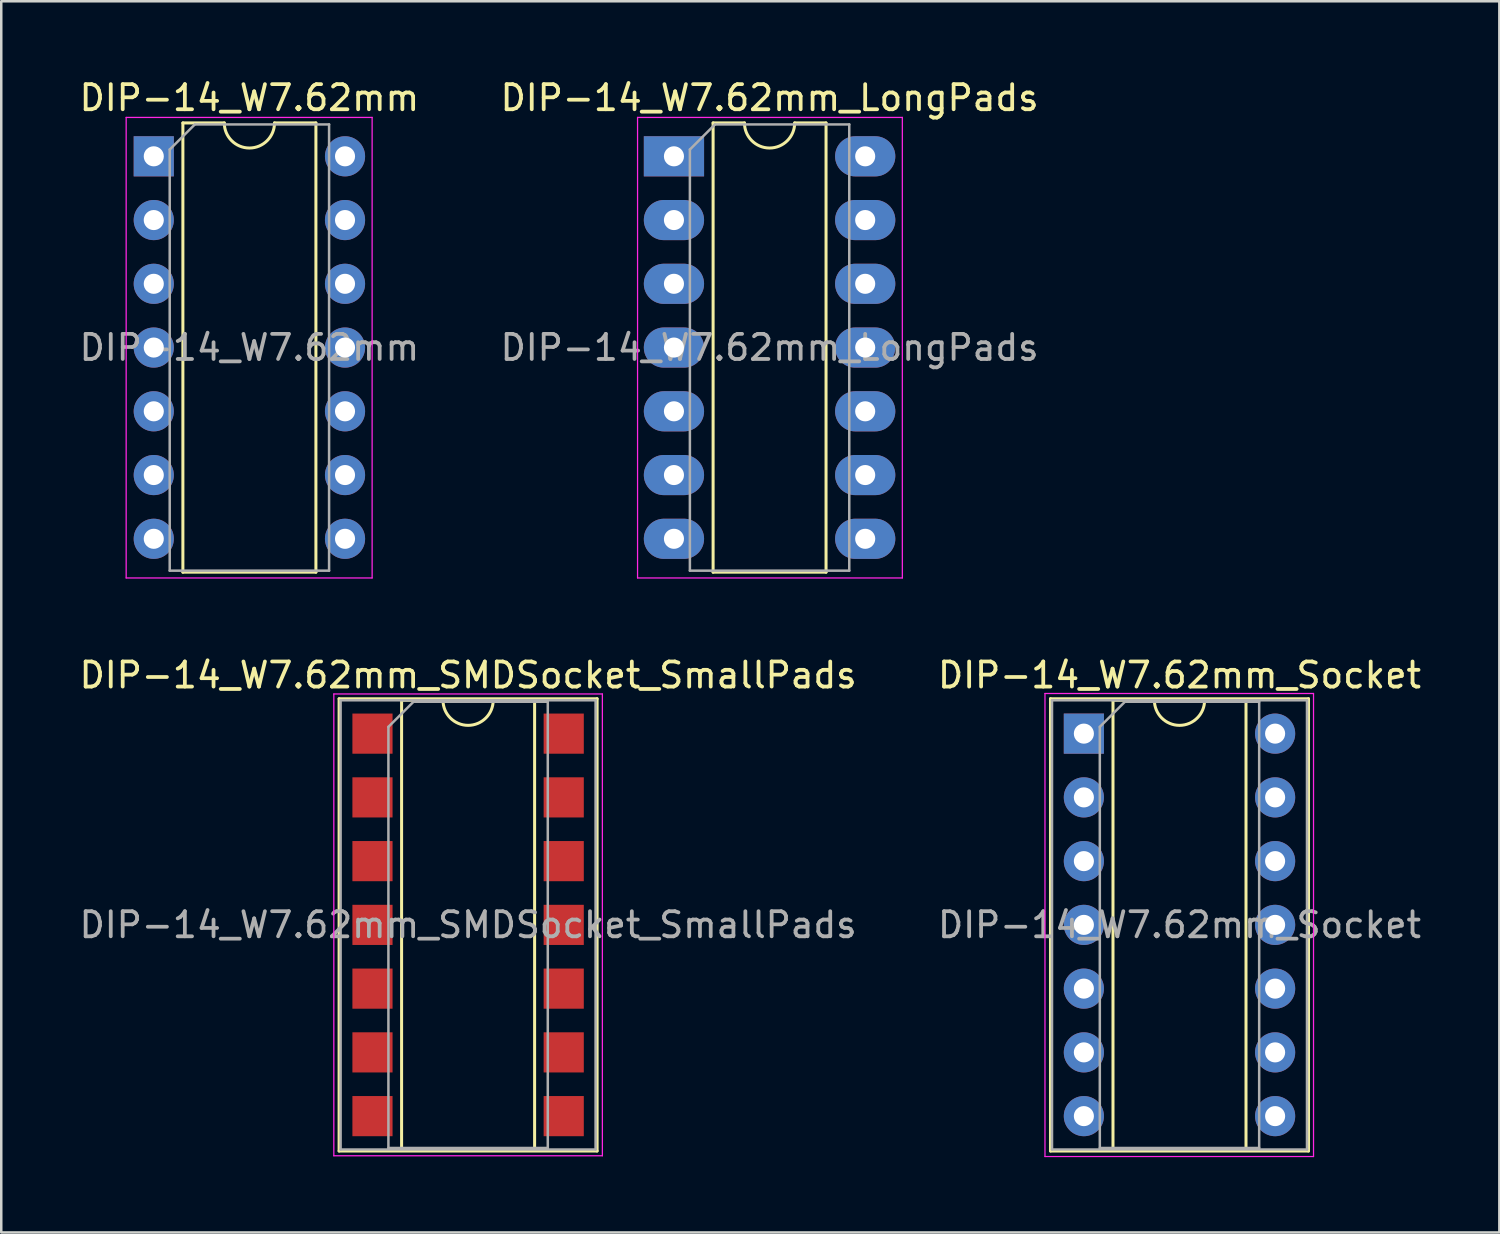
<source format=kicad_pcb>
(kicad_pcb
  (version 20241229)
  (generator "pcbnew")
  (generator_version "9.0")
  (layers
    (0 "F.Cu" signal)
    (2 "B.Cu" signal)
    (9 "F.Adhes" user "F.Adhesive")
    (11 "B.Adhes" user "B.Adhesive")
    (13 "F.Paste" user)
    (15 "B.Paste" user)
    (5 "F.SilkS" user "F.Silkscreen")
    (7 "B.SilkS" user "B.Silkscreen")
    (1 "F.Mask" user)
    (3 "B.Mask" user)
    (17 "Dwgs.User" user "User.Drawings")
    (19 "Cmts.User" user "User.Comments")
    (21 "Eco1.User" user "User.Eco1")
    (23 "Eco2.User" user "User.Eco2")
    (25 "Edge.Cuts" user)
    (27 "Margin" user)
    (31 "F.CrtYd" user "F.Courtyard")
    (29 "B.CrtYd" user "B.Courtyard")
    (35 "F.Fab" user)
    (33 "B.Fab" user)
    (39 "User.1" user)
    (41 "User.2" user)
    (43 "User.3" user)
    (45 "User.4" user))
  (footprint "DIP-14_W7.62mm"
    (layer "F.Cu")
    (at 3.077 3.178)
    (property "Reference" "DIP-14_W7.62mm" (at 3.81 -2.33 0) (layer "F.SilkS") (effects (font (size 1 1) (thickness 0.15))))
    (attr through_hole)
    (fp_line (start 1.16 -1.33) (end 1.16 16.57) (stroke (width 0.12) (type solid)) (layer "F.SilkS"))
    (fp_line (start 1.16 16.57) (end 6.46 16.57) (stroke (width 0.12) (type solid)) (layer "F.SilkS"))
    (fp_line (start 2.81 -1.33) (end 1.16 -1.33) (stroke (width 0.12) (type solid)) (layer "F.SilkS"))
    (fp_line (start 6.46 -1.33) (end 4.81 -1.33) (stroke (width 0.12) (type solid)) (layer "F.SilkS"))
    (fp_line (start 6.46 16.57) (end 6.46 -1.33) (stroke (width 0.12) (type solid)) (layer "F.SilkS"))
    (fp_arc (start 4.81 -1.33) (mid 3.81 -0.33) (end 2.81 -1.33) (stroke (width 0.12) (type solid)) (layer "F.SilkS"))
    (fp_line (start -1.1 -1.55) (end -1.1 16.8) (stroke (width 0.05) (type solid)) (layer "F.CrtYd"))
    (fp_line (start -1.1 16.8) (end 8.7 16.8) (stroke (width 0.05) (type solid)) (layer "F.CrtYd"))
    (fp_line (start 8.7 -1.55) (end -1.1 -1.55) (stroke (width 0.05) (type solid)) (layer "F.CrtYd"))
    (fp_line (start 8.7 16.8) (end 8.7 -1.55) (stroke (width 0.05) (type solid)) (layer "F.CrtYd"))
    (fp_line (start 0.635 -0.27) (end 1.635 -1.27) (stroke (width 0.1) (type solid)) (layer "F.Fab"))
    (fp_line (start 0.635 16.51) (end 0.635 -0.27) (stroke (width 0.1) (type solid)) (layer "F.Fab"))
    (fp_line (start 1.635 -1.27) (end 6.985 -1.27) (stroke (width 0.1) (type solid)) (layer "F.Fab"))
    (fp_line (start 6.985 -1.27) (end 6.985 16.51) (stroke (width 0.1) (type solid)) (layer "F.Fab"))
    (fp_line (start 6.985 16.51) (end 0.635 16.51) (stroke (width 0.1) (type solid)) (layer "F.Fab"))
    (fp_text user "${REFERENCE}" (at 3.81 7.62 0) (layer "F.Fab") (effects (font (size 1 1) (thickness 0.15))))
    (pad "1" thru_hole rect (at 0 0) (size 1.6 1.6) (drill 0.8) (layers "*.Cu" "*.Mask"))
    (pad "2" thru_hole oval (at 0 2.54) (size 1.6 1.6) (drill 0.8) (layers "*.Cu" "*.Mask"))
    (pad "3" thru_hole oval (at 0 5.08) (size 1.6 1.6) (drill 0.8) (layers "*.Cu" "*.Mask"))
    (pad "4" thru_hole oval (at 0 7.62) (size 1.6 1.6) (drill 0.8) (layers "*.Cu" "*.Mask"))
    (pad "5" thru_hole oval (at 0 10.16) (size 1.6 1.6) (drill 0.8) (layers "*.Cu" "*.Mask"))
    (pad "6" thru_hole oval (at 0 12.7) (size 1.6 1.6) (drill 0.8) (layers "*.Cu" "*.Mask"))
    (pad "7" thru_hole oval (at 0 15.24) (size 1.6 1.6) (drill 0.8) (layers "*.Cu" "*.Mask"))
    (pad "8" thru_hole oval (at 7.62 15.24) (size 1.6 1.6) (drill 0.8) (layers "*.Cu" "*.Mask"))
    (pad "9" thru_hole oval (at 7.62 12.7) (size 1.6 1.6) (drill 0.8) (layers "*.Cu" "*.Mask"))
    (pad "10" thru_hole oval (at 7.62 10.16) (size 1.6 1.6) (drill 0.8) (layers "*.Cu" "*.Mask"))
    (pad "11" thru_hole oval (at 7.62 7.62) (size 1.6 1.6) (drill 0.8) (layers "*.Cu" "*.Mask"))
    (pad "12" thru_hole oval (at 7.62 5.08) (size 1.6 1.6) (drill 0.8) (layers "*.Cu" "*.Mask"))
    (pad "13" thru_hole oval (at 7.62 2.54) (size 1.6 1.6) (drill 0.8) (layers "*.Cu" "*.Mask"))
    (pad "14" thru_hole oval (at 7.62 0) (size 1.6 1.6) (drill 0.8) (layers "*.Cu" "*.Mask")))
  (footprint "DIP-14_W7.62mm_SMDSocket_SmallPads"
    (layer "F.Cu")
    (at 15.601 33.801)
    (property "Reference" "DIP-14_W7.62mm_SMDSocket_SmallPads" (at 0 -9.95 0) (layer "F.SilkS") (effects (font (size 1 1) (thickness 0.15))))
    (attr smd)
    (fp_line (start -5.14 -9.01) (end -5.14 9.01) (stroke (width 0.12) (type solid)) (layer "F.SilkS"))
    (fp_line (start -5.14 9.01) (end 5.14 9.01) (stroke (width 0.12) (type solid)) (layer "F.SilkS"))
    (fp_line (start -2.65 -8.95) (end -2.65 8.95) (stroke (width 0.12) (type solid)) (layer "F.SilkS"))
    (fp_line (start -2.65 8.95) (end 2.65 8.95) (stroke (width 0.12) (type solid)) (layer "F.SilkS"))
    (fp_line (start -1 -8.95) (end -2.65 -8.95) (stroke (width 0.12) (type solid)) (layer "F.SilkS"))
    (fp_line (start 2.65 -8.95) (end 1 -8.95) (stroke (width 0.12) (type solid)) (layer "F.SilkS"))
    (fp_line (start 2.65 8.95) (end 2.65 -8.95) (stroke (width 0.12) (type solid)) (layer "F.SilkS"))
    (fp_line (start 5.14 -9.01) (end -5.14 -9.01) (stroke (width 0.12) (type solid)) (layer "F.SilkS"))
    (fp_line (start 5.14 9.01) (end 5.14 -9.01) (stroke (width 0.12) (type solid)) (layer "F.SilkS"))
    (fp_arc (start 1 -8.95) (mid 0 -7.95) (end -1 -8.95) (stroke (width 0.12) (type solid)) (layer "F.SilkS"))
    (fp_line (start -5.35 -9.2) (end -5.35 9.2) (stroke (width 0.05) (type solid)) (layer "F.CrtYd"))
    (fp_line (start -5.35 9.2) (end 5.35 9.2) (stroke (width 0.05) (type solid)) (layer "F.CrtYd"))
    (fp_line (start 5.35 -9.2) (end -5.35 -9.2) (stroke (width 0.05) (type solid)) (layer "F.CrtYd"))
    (fp_line (start 5.35 9.2) (end 5.35 -9.2) (stroke (width 0.05) (type solid)) (layer "F.CrtYd"))
    (fp_line (start -5.08 -8.95) (end -5.08 8.95) (stroke (width 0.1) (type solid)) (layer "F.Fab"))
    (fp_line (start -5.08 8.95) (end 5.08 8.95) (stroke (width 0.1) (type solid)) (layer "F.Fab"))
    (fp_line (start -3.175 -7.89) (end -2.175 -8.89) (stroke (width 0.1) (type solid)) (layer "F.Fab"))
    (fp_line (start -3.175 8.89) (end -3.175 -7.89) (stroke (width 0.1) (type solid)) (layer "F.Fab"))
    (fp_line (start -2.175 -8.89) (end 3.175 -8.89) (stroke (width 0.1) (type solid)) (layer "F.Fab"))
    (fp_line (start 3.175 -8.89) (end 3.175 8.89) (stroke (width 0.1) (type solid)) (layer "F.Fab"))
    (fp_line (start 3.175 8.89) (end -3.175 8.89) (stroke (width 0.1) (type solid)) (layer "F.Fab"))
    (fp_line (start 5.08 -8.95) (end -5.08 -8.95) (stroke (width 0.1) (type solid)) (layer "F.Fab"))
    (fp_line (start 5.08 8.95) (end 5.08 -8.95) (stroke (width 0.1) (type solid)) (layer "F.Fab"))
    (fp_text user "${REFERENCE}" (at 0 0 0) (layer "F.Fab") (effects (font (size 1 1) (thickness 0.15))))
    (pad "1" smd rect (at -3.81 -7.62) (size 1.6 1.6) (layers "F.Cu" "F.Mask" "F.Paste"))
    (pad "2" smd rect (at -3.81 -5.08) (size 1.6 1.6) (layers "F.Cu" "F.Mask" "F.Paste"))
    (pad "3" smd rect (at -3.81 -2.54) (size 1.6 1.6) (layers "F.Cu" "F.Mask" "F.Paste"))
    (pad "4" smd rect (at -3.81 0) (size 1.6 1.6) (layers "F.Cu" "F.Mask" "F.Paste"))
    (pad "5" smd rect (at -3.81 2.54) (size 1.6 1.6) (layers "F.Cu" "F.Mask" "F.Paste"))
    (pad "6" smd rect (at -3.81 5.08) (size 1.6 1.6) (layers "F.Cu" "F.Mask" "F.Paste"))
    (pad "7" smd rect (at -3.81 7.62) (size 1.6 1.6) (layers "F.Cu" "F.Mask" "F.Paste"))
    (pad "8" smd rect (at 3.81 7.62) (size 1.6 1.6) (layers "F.Cu" "F.Mask" "F.Paste"))
    (pad "9" smd rect (at 3.81 5.08) (size 1.6 1.6) (layers "F.Cu" "F.Mask" "F.Paste"))
    (pad "10" smd rect (at 3.81 2.54) (size 1.6 1.6) (layers "F.Cu" "F.Mask" "F.Paste"))
    (pad "11" smd rect (at 3.81 0) (size 1.6 1.6) (layers "F.Cu" "F.Mask" "F.Paste"))
    (pad "12" smd rect (at 3.81 -2.54) (size 1.6 1.6) (layers "F.Cu" "F.Mask" "F.Paste"))
    (pad "13" smd rect (at 3.81 -5.08) (size 1.6 1.6) (layers "F.Cu" "F.Mask" "F.Paste"))
    (pad "14" smd rect (at 3.81 -7.62) (size 1.6 1.6) (layers "F.Cu" "F.Mask" "F.Paste")))
  (footprint "DIP-14_W7.62mm_LongPads"
    (layer "F.Cu")
    (at 23.803 3.178)
    (property "Reference" "DIP-14_W7.62mm_LongPads" (at 3.81 -2.33 0) (layer "F.SilkS") (effects (font (size 1 1) (thickness 0.15))))
    (attr through_hole)
    (fp_line (start 1.56 -1.33) (end 1.56 16.57) (stroke (width 0.12) (type solid)) (layer "F.SilkS"))
    (fp_line (start 1.56 16.57) (end 6.06 16.57) (stroke (width 0.12) (type solid)) (layer "F.SilkS"))
    (fp_line (start 2.81 -1.33) (end 1.56 -1.33) (stroke (width 0.12) (type solid)) (layer "F.SilkS"))
    (fp_line (start 6.06 -1.33) (end 4.81 -1.33) (stroke (width 0.12) (type solid)) (layer "F.SilkS"))
    (fp_line (start 6.06 16.57) (end 6.06 -1.33) (stroke (width 0.12) (type solid)) (layer "F.SilkS"))
    (fp_arc (start 4.81 -1.33) (mid 3.81 -0.33) (end 2.81 -1.33) (stroke (width 0.12) (type solid)) (layer "F.SilkS"))
    (fp_line (start -1.45 -1.55) (end -1.45 16.8) (stroke (width 0.05) (type solid)) (layer "F.CrtYd"))
    (fp_line (start -1.45 16.8) (end 9.1 16.8) (stroke (width 0.05) (type solid)) (layer "F.CrtYd"))
    (fp_line (start 9.1 -1.55) (end -1.45 -1.55) (stroke (width 0.05) (type solid)) (layer "F.CrtYd"))
    (fp_line (start 9.1 16.8) (end 9.1 -1.55) (stroke (width 0.05) (type solid)) (layer "F.CrtYd"))
    (fp_line (start 0.635 -0.27) (end 1.635 -1.27) (stroke (width 0.1) (type solid)) (layer "F.Fab"))
    (fp_line (start 0.635 16.51) (end 0.635 -0.27) (stroke (width 0.1) (type solid)) (layer "F.Fab"))
    (fp_line (start 1.635 -1.27) (end 6.985 -1.27) (stroke (width 0.1) (type solid)) (layer "F.Fab"))
    (fp_line (start 6.985 -1.27) (end 6.985 16.51) (stroke (width 0.1) (type solid)) (layer "F.Fab"))
    (fp_line (start 6.985 16.51) (end 0.635 16.51) (stroke (width 0.1) (type solid)) (layer "F.Fab"))
    (fp_text user "${REFERENCE}" (at 3.81 7.62 0) (layer "F.Fab") (effects (font (size 1 1) (thickness 0.15))))
    (pad "1" thru_hole rect (at 0 0) (size 2.4 1.6) (drill 0.8) (layers "*.Cu" "*.Mask"))
    (pad "2" thru_hole oval (at 0 2.54) (size 2.4 1.6) (drill 0.8) (layers "*.Cu" "*.Mask"))
    (pad "3" thru_hole oval (at 0 5.08) (size 2.4 1.6) (drill 0.8) (layers "*.Cu" "*.Mask"))
    (pad "4" thru_hole oval (at 0 7.62) (size 2.4 1.6) (drill 0.8) (layers "*.Cu" "*.Mask"))
    (pad "5" thru_hole oval (at 0 10.16) (size 2.4 1.6) (drill 0.8) (layers "*.Cu" "*.Mask"))
    (pad "6" thru_hole oval (at 0 12.7) (size 2.4 1.6) (drill 0.8) (layers "*.Cu" "*.Mask"))
    (pad "7" thru_hole oval (at 0 15.24) (size 2.4 1.6) (drill 0.8) (layers "*.Cu" "*.Mask"))
    (pad "8" thru_hole oval (at 7.62 15.24) (size 2.4 1.6) (drill 0.8) (layers "*.Cu" "*.Mask"))
    (pad "9" thru_hole oval (at 7.62 12.7) (size 2.4 1.6) (drill 0.8) (layers "*.Cu" "*.Mask"))
    (pad "10" thru_hole oval (at 7.62 10.16) (size 2.4 1.6) (drill 0.8) (layers "*.Cu" "*.Mask"))
    (pad "11" thru_hole oval (at 7.62 7.62) (size 2.4 1.6) (drill 0.8) (layers "*.Cu" "*.Mask"))
    (pad "12" thru_hole oval (at 7.62 5.08) (size 2.4 1.6) (drill 0.8) (layers "*.Cu" "*.Mask"))
    (pad "13" thru_hole oval (at 7.62 2.54) (size 2.4 1.6) (drill 0.8) (layers "*.Cu" "*.Mask"))
    (pad "14" thru_hole oval (at 7.62 0) (size 2.4 1.6) (drill 0.8) (layers "*.Cu" "*.Mask")))
  (footprint "DIP-14_W7.62mm_Socket"
    (layer "F.Cu")
    (at 40.136 26.181)
    (property "Reference" "DIP-14_W7.62mm_Socket" (at 3.81 -2.33 0) (layer "F.SilkS") (effects (font (size 1 1) (thickness 0.15))))
    (attr through_hole)
    (fp_line (start -1.33 -1.39) (end -1.33 16.63) (stroke (width 0.12) (type solid)) (layer "F.SilkS"))
    (fp_line (start -1.33 16.63) (end 8.95 16.63) (stroke (width 0.12) (type solid)) (layer "F.SilkS"))
    (fp_line (start 1.16 -1.33) (end 1.16 16.57) (stroke (width 0.12) (type solid)) (layer "F.SilkS"))
    (fp_line (start 1.16 16.57) (end 6.46 16.57) (stroke (width 0.12) (type solid)) (layer "F.SilkS"))
    (fp_line (start 2.81 -1.33) (end 1.16 -1.33) (stroke (width 0.12) (type solid)) (layer "F.SilkS"))
    (fp_line (start 6.46 -1.33) (end 4.81 -1.33) (stroke (width 0.12) (type solid)) (layer "F.SilkS"))
    (fp_line (start 6.46 16.57) (end 6.46 -1.33) (stroke (width 0.12) (type solid)) (layer "F.SilkS"))
    (fp_line (start 8.95 -1.39) (end -1.33 -1.39) (stroke (width 0.12) (type solid)) (layer "F.SilkS"))
    (fp_line (start 8.95 16.63) (end 8.95 -1.39) (stroke (width 0.12) (type solid)) (layer "F.SilkS"))
    (fp_arc (start 4.81 -1.33) (mid 3.81 -0.33) (end 2.81 -1.33) (stroke (width 0.12) (type solid)) (layer "F.SilkS"))
    (fp_line (start -1.55 -1.6) (end -1.55 16.85) (stroke (width 0.05) (type solid)) (layer "F.CrtYd"))
    (fp_line (start -1.55 16.85) (end 9.15 16.85) (stroke (width 0.05) (type solid)) (layer "F.CrtYd"))
    (fp_line (start 9.15 -1.6) (end -1.55 -1.6) (stroke (width 0.05) (type solid)) (layer "F.CrtYd"))
    (fp_line (start 9.15 16.85) (end 9.15 -1.6) (stroke (width 0.05) (type solid)) (layer "F.CrtYd"))
    (fp_line (start -1.27 -1.33) (end -1.27 16.57) (stroke (width 0.1) (type solid)) (layer "F.Fab"))
    (fp_line (start -1.27 16.57) (end 8.89 16.57) (stroke (width 0.1) (type solid)) (layer "F.Fab"))
    (fp_line (start 0.635 -0.27) (end 1.635 -1.27) (stroke (width 0.1) (type solid)) (layer "F.Fab"))
    (fp_line (start 0.635 16.51) (end 0.635 -0.27) (stroke (width 0.1) (type solid)) (layer "F.Fab"))
    (fp_line (start 1.635 -1.27) (end 6.985 -1.27) (stroke (width 0.1) (type solid)) (layer "F.Fab"))
    (fp_line (start 6.985 -1.27) (end 6.985 16.51) (stroke (width 0.1) (type solid)) (layer "F.Fab"))
    (fp_line (start 6.985 16.51) (end 0.635 16.51) (stroke (width 0.1) (type solid)) (layer "F.Fab"))
    (fp_line (start 8.89 -1.33) (end -1.27 -1.33) (stroke (width 0.1) (type solid)) (layer "F.Fab"))
    (fp_line (start 8.89 16.57) (end 8.89 -1.33) (stroke (width 0.1) (type solid)) (layer "F.Fab"))
    (fp_text user "${REFERENCE}" (at 3.81 7.62 0) (layer "F.Fab") (effects (font (size 1 1) (thickness 0.15))))
    (pad "1" thru_hole rect (at 0 0) (size 1.6 1.6) (drill 0.8) (layers "*.Cu" "*.Mask"))
    (pad "2" thru_hole oval (at 0 2.54) (size 1.6 1.6) (drill 0.8) (layers "*.Cu" "*.Mask"))
    (pad "3" thru_hole oval (at 0 5.08) (size 1.6 1.6) (drill 0.8) (layers "*.Cu" "*.Mask"))
    (pad "4" thru_hole oval (at 0 7.62) (size 1.6 1.6) (drill 0.8) (layers "*.Cu" "*.Mask"))
    (pad "5" thru_hole oval (at 0 10.16) (size 1.6 1.6) (drill 0.8) (layers "*.Cu" "*.Mask"))
    (pad "6" thru_hole oval (at 0 12.7) (size 1.6 1.6) (drill 0.8) (layers "*.Cu" "*.Mask"))
    (pad "7" thru_hole oval (at 0 15.24) (size 1.6 1.6) (drill 0.8) (layers "*.Cu" "*.Mask"))
    (pad "8" thru_hole oval (at 7.62 15.24) (size 1.6 1.6) (drill 0.8) (layers "*.Cu" "*.Mask"))
    (pad "9" thru_hole oval (at 7.62 12.7) (size 1.6 1.6) (drill 0.8) (layers "*.Cu" "*.Mask"))
    (pad "10" thru_hole oval (at 7.62 10.16) (size 1.6 1.6) (drill 0.8) (layers "*.Cu" "*.Mask"))
    (pad "11" thru_hole oval (at 7.62 7.62) (size 1.6 1.6) (drill 0.8) (layers "*.Cu" "*.Mask"))
    (pad "12" thru_hole oval (at 7.62 5.08) (size 1.6 1.6) (drill 0.8) (layers "*.Cu" "*.Mask"))
    (pad "13" thru_hole oval (at 7.62 2.54) (size 1.6 1.6) (drill 0.8) (layers "*.Cu" "*.Mask"))
    (pad "14" thru_hole oval (at 7.62 0) (size 1.6 1.6) (drill 0.8) (layers "*.Cu" "*.Mask")))
  (gr_rect
    (start -3 -3)
    (end 56.69 46.056)
    (stroke (width 0.1) (type default))
    (fill no)
    (layer "Edge.Cuts")))
</source>
